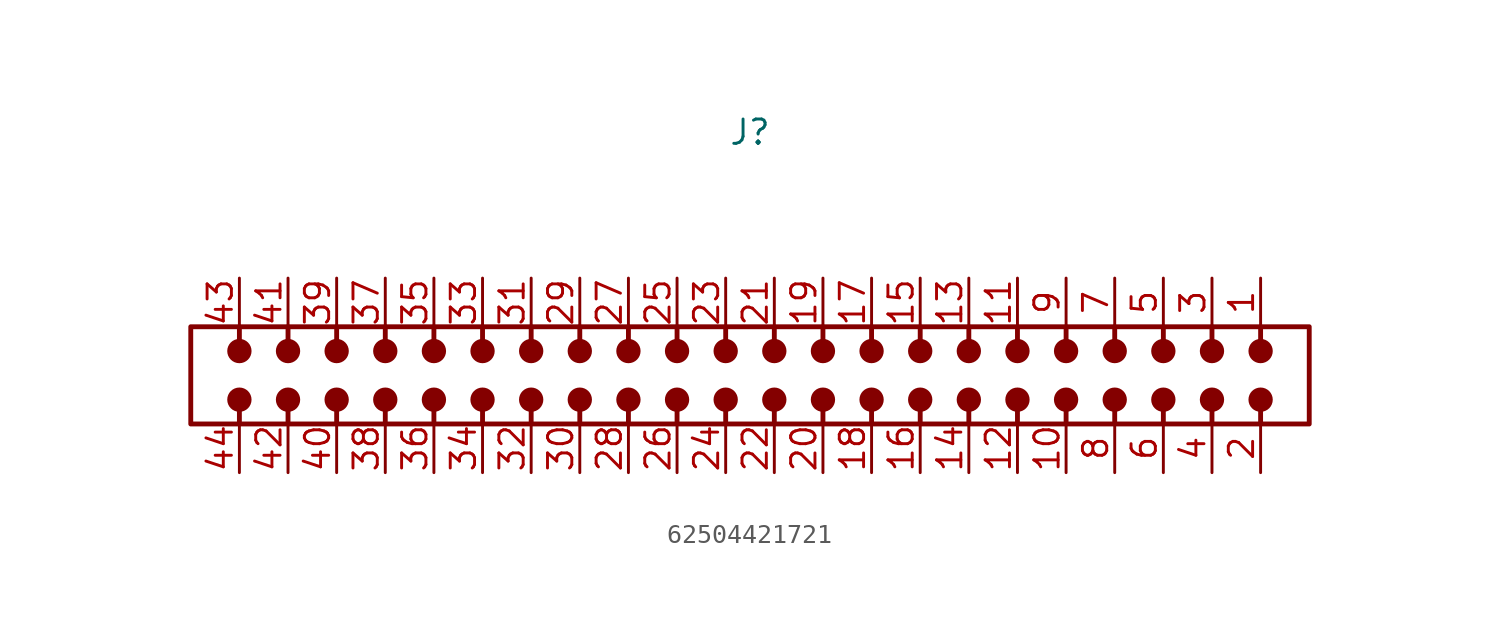
<source format=kicad_sym>
(kicad_symbol_lib
  (version 20241209)
  (generator "kicad_symbol_editor")
  (generator_version "9.0")
  (symbol "62504421721"
    (pin_names
      (hide yes))
    (property "Reference" "J"
      (at 0 12.7 0)
      (effects (font (size 1.27 1.27))))
    (symbol "62504421721_1_1"
      (rectangle (start -29.21 2.54) (end 29.21 -2.54) (stroke (width 0.254) (type solid)) (fill (type none)))
      (polyline (pts (xy -26.67 1.778) (xy -26.67 2.54)) (stroke (width 0.254) (type solid)) (fill (type none)))
      (circle (center -26.67 1.27) (radius 0.508) (stroke (width 0.254) (type solid)) (fill (type outline)))
      (circle (center -26.67 -1.27) (radius 0.508) (stroke (width 0.254) (type solid)) (fill (type outline)))
      (polyline (pts (xy -26.67 -1.778) (xy -26.67 -2.54)) (stroke (width 0.254) (type solid)) (fill (type none)))
      (polyline (pts (xy -24.13 1.778) (xy -24.13 2.54)) (stroke (width 0.254) (type solid)) (fill (type none)))
      (circle (center -24.13 1.27) (radius 0.508) (stroke (width 0.254) (type solid)) (fill (type outline)))
      (circle (center -24.13 -1.27) (radius 0.508) (stroke (width 0.254) (type solid)) (fill (type outline)))
      (polyline (pts (xy -24.13 -1.778) (xy -24.13 -2.54)) (stroke (width 0.254) (type solid)) (fill (type none)))
      (polyline (pts (xy -21.59 1.778) (xy -21.59 2.54)) (stroke (width 0.254) (type solid)) (fill (type none)))
      (circle (center -21.59 1.27) (radius 0.508) (stroke (width 0.254) (type solid)) (fill (type outline)))
      (circle (center -21.59 -1.27) (radius 0.508) (stroke (width 0.254) (type solid)) (fill (type outline)))
      (polyline (pts (xy -21.59 -1.778) (xy -21.59 -2.54)) (stroke (width 0.254) (type solid)) (fill (type none)))
      (polyline (pts (xy -19.05 1.778) (xy -19.05 2.54)) (stroke (width 0.254) (type solid)) (fill (type none)))
      (circle (center -19.05 1.27) (radius 0.508) (stroke (width 0.254) (type solid)) (fill (type outline)))
      (circle (center -19.05 -1.27) (radius 0.508) (stroke (width 0.254) (type solid)) (fill (type outline)))
      (polyline (pts (xy -19.05 -1.778) (xy -19.05 -2.54)) (stroke (width 0.254) (type solid)) (fill (type none)))
      (polyline (pts (xy -16.51 1.778) (xy -16.51 2.54)) (stroke (width 0.254) (type solid)) (fill (type none)))
      (circle (center -16.51 1.27) (radius 0.508) (stroke (width 0.254) (type solid)) (fill (type outline)))
      (circle (center -16.51 -1.27) (radius 0.508) (stroke (width 0.254) (type solid)) (fill (type outline)))
      (polyline (pts (xy -16.51 -1.778) (xy -16.51 -2.54)) (stroke (width 0.254) (type solid)) (fill (type none)))
      (polyline (pts (xy -13.97 1.778) (xy -13.97 2.54)) (stroke (width 0.254) (type solid)) (fill (type none)))
      (circle (center -13.97 1.27) (radius 0.508) (stroke (width 0.254) (type solid)) (fill (type outline)))
      (circle (center -13.97 -1.27) (radius 0.508) (stroke (width 0.254) (type solid)) (fill (type outline)))
      (polyline (pts (xy -13.97 -1.778) (xy -13.97 -2.54)) (stroke (width 0.254) (type solid)) (fill (type none)))
      (polyline (pts (xy -11.43 1.778) (xy -11.43 2.54)) (stroke (width 0.254) (type solid)) (fill (type none)))
      (circle (center -11.43 1.27) (radius 0.508) (stroke (width 0.254) (type solid)) (fill (type outline)))
      (circle (center -11.43 -1.27) (radius 0.508) (stroke (width 0.254) (type solid)) (fill (type outline)))
      (polyline (pts (xy -11.43 -1.778) (xy -11.43 -2.54)) (stroke (width 0.254) (type solid)) (fill (type none)))
      (polyline (pts (xy -8.89 1.778) (xy -8.89 2.54)) (stroke (width 0.254) (type solid)) (fill (type none)))
      (circle (center -8.89 1.27) (radius 0.508) (stroke (width 0.254) (type solid)) (fill (type outline)))
      (circle (center -8.89 -1.27) (radius 0.508) (stroke (width 0.254) (type solid)) (fill (type outline)))
      (polyline (pts (xy -8.89 -1.778) (xy -8.89 -2.54)) (stroke (width 0.254) (type solid)) (fill (type none)))
      (polyline (pts (xy -6.35 1.778) (xy -6.35 2.54)) (stroke (width 0.254) (type solid)) (fill (type none)))
      (circle (center -6.35 1.27) (radius 0.508) (stroke (width 0.254) (type solid)) (fill (type outline)))
      (circle (center -6.35 -1.27) (radius 0.508) (stroke (width 0.254) (type solid)) (fill (type outline)))
      (polyline (pts (xy -6.35 -1.778) (xy -6.35 -2.54)) (stroke (width 0.254) (type solid)) (fill (type none)))
      (polyline (pts (xy -3.81 1.778) (xy -3.81 2.54)) (stroke (width 0.254) (type solid)) (fill (type none)))
      (circle (center -3.81 1.27) (radius 0.508) (stroke (width 0.254) (type solid)) (fill (type outline)))
      (circle (center -3.81 -1.27) (radius 0.508) (stroke (width 0.254) (type solid)) (fill (type outline)))
      (polyline (pts (xy -3.81 -1.778) (xy -3.81 -2.54)) (stroke (width 0.254) (type solid)) (fill (type none)))
      (polyline (pts (xy -1.27 1.778) (xy -1.27 2.54)) (stroke (width 0.254) (type solid)) (fill (type none)))
      (circle (center -1.27 1.27) (radius 0.508) (stroke (width 0.254) (type solid)) (fill (type outline)))
      (circle (center -1.27 -1.27) (radius 0.508) (stroke (width 0.254) (type solid)) (fill (type outline)))
      (polyline (pts (xy -1.27 -1.778) (xy -1.27 -2.54)) (stroke (width 0.254) (type solid)) (fill (type none)))
      (polyline (pts (xy 1.27 1.778) (xy 1.27 2.54)) (stroke (width 0.254) (type solid)) (fill (type none)))
      (circle (center 1.27 1.27) (radius 0.508) (stroke (width 0.254) (type solid)) (fill (type outline)))
      (circle (center 1.27 -1.27) (radius 0.508) (stroke (width 0.254) (type solid)) (fill (type outline)))
      (polyline (pts (xy 1.27 -1.778) (xy 1.27 -2.54)) (stroke (width 0.254) (type solid)) (fill (type none)))
      (polyline (pts (xy 3.81 1.778) (xy 3.81 2.54)) (stroke (width 0.254) (type solid)) (fill (type none)))
      (circle (center 3.81 1.27) (radius 0.508) (stroke (width 0.254) (type solid)) (fill (type outline)))
      (circle (center 3.81 -1.27) (radius 0.508) (stroke (width 0.254) (type solid)) (fill (type outline)))
      (polyline (pts (xy 3.81 -1.778) (xy 3.81 -2.54)) (stroke (width 0.254) (type solid)) (fill (type none)))
      (polyline (pts (xy 6.35 1.778) (xy 6.35 2.54)) (stroke (width 0.254) (type solid)) (fill (type none)))
      (circle (center 6.35 1.27) (radius 0.508) (stroke (width 0.254) (type solid)) (fill (type outline)))
      (circle (center 6.35 -1.27) (radius 0.508) (stroke (width 0.254) (type solid)) (fill (type outline)))
      (polyline (pts (xy 6.35 -1.778) (xy 6.35 -2.54)) (stroke (width 0.254) (type solid)) (fill (type none)))
      (polyline (pts (xy 8.89 1.778) (xy 8.89 2.54)) (stroke (width 0.254) (type solid)) (fill (type none)))
      (circle (center 8.89 1.27) (radius 0.508) (stroke (width 0.254) (type solid)) (fill (type outline)))
      (circle (center 8.89 -1.27) (radius 0.508) (stroke (width 0.254) (type solid)) (fill (type outline)))
      (polyline (pts (xy 8.89 -1.778) (xy 8.89 -2.54)) (stroke (width 0.254) (type solid)) (fill (type none)))
      (polyline (pts (xy 11.43 1.778) (xy 11.43 2.54)) (stroke (width 0.254) (type solid)) (fill (type none)))
      (circle (center 11.43 1.27) (radius 0.508) (stroke (width 0.254) (type solid)) (fill (type outline)))
      (circle (center 11.43 -1.27) (radius 0.508) (stroke (width 0.254) (type solid)) (fill (type outline)))
      (polyline (pts (xy 11.43 -1.778) (xy 11.43 -2.54)) (stroke (width 0.254) (type solid)) (fill (type none)))
      (polyline (pts (xy 13.97 1.778) (xy 13.97 2.54)) (stroke (width 0.254) (type solid)) (fill (type none)))
      (circle (center 13.97 1.27) (radius 0.508) (stroke (width 0.254) (type solid)) (fill (type outline)))
      (circle (center 13.97 -1.27) (radius 0.508) (stroke (width 0.254) (type solid)) (fill (type outline)))
      (polyline (pts (xy 13.97 -1.778) (xy 13.97 -2.54)) (stroke (width 0.254) (type solid)) (fill (type none)))
      (polyline (pts (xy 16.51 1.778) (xy 16.51 2.54)) (stroke (width 0.254) (type solid)) (fill (type none)))
      (circle (center 16.51 1.27) (radius 0.508) (stroke (width 0.254) (type solid)) (fill (type outline)))
      (circle (center 16.51 -1.27) (radius 0.508) (stroke (width 0.254) (type solid)) (fill (type outline)))
      (polyline (pts (xy 16.51 -1.778) (xy 16.51 -2.54)) (stroke (width 0.254) (type solid)) (fill (type none)))
      (polyline (pts (xy 19.05 1.778) (xy 19.05 2.54)) (stroke (width 0.254) (type solid)) (fill (type none)))
      (circle (center 19.05 1.27) (radius 0.508) (stroke (width 0.254) (type solid)) (fill (type outline)))
      (circle (center 19.05 -1.27) (radius 0.508) (stroke (width 0.254) (type solid)) (fill (type outline)))
      (polyline (pts (xy 19.05 -1.778) (xy 19.05 -2.54)) (stroke (width 0.254) (type solid)) (fill (type none)))
      (polyline (pts (xy 21.59 1.778) (xy 21.59 2.54)) (stroke (width 0.254) (type solid)) (fill (type none)))
      (circle (center 21.59 1.27) (radius 0.508) (stroke (width 0.254) (type solid)) (fill (type outline)))
      (circle (center 21.59 -1.27) (radius 0.508) (stroke (width 0.254) (type solid)) (fill (type outline)))
      (polyline (pts (xy 21.59 -1.778) (xy 21.59 -2.54)) (stroke (width 0.254) (type solid)) (fill (type none)))
      (polyline (pts (xy 24.13 1.778) (xy 24.13 2.54)) (stroke (width 0.254) (type solid)) (fill (type none)))
      (circle (center 24.13 1.27) (radius 0.508) (stroke (width 0.254) (type solid)) (fill (type outline)))
      (circle (center 24.13 -1.27) (radius 0.508) (stroke (width 0.254) (type solid)) (fill (type outline)))
      (polyline (pts (xy 24.13 -1.778) (xy 24.13 -2.54)) (stroke (width 0.254) (type solid)) (fill (type none)))
      (polyline (pts (xy 26.67 1.778) (xy 26.67 2.54)) (stroke (width 0.254) (type solid)) (fill (type none)))
      (circle (center 26.67 1.27) (radius 0.508) (stroke (width 0.254) (type solid)) (fill (type outline)))
      (circle (center 26.67 -1.27) (radius 0.508) (stroke (width 0.254) (type solid)) (fill (type outline)))
      (polyline (pts (xy 26.67 -1.778) (xy 26.67 -2.54)) (stroke (width 0.254) (type solid)) (fill (type none)))
      (pin passive line (at -26.67 5.08 270) (length 2.54) (name "43" (effects (font (size 1.27 1.27)))) (number "43" (effects (font (size 1.27 1.27)))))
      (pin passive line (at -26.67 -5.08 90) (length 2.54) (name "44" (effects (font (size 1.27 1.27)))) (number "44" (effects (font (size 1.27 1.27)))))
      (pin passive line (at -24.13 5.08 270) (length 2.54) (name "41" (effects (font (size 1.27 1.27)))) (number "41" (effects (font (size 1.27 1.27)))))
      (pin passive line (at -24.13 -5.08 90) (length 2.54) (name "42" (effects (font (size 1.27 1.27)))) (number "42" (effects (font (size 1.27 1.27)))))
      (pin passive line (at -21.59 5.08 270) (length 2.54) (name "39" (effects (font (size 1.27 1.27)))) (number "39" (effects (font (size 1.27 1.27)))))
      (pin passive line (at -21.59 -5.08 90) (length 2.54) (name "40" (effects (font (size 1.27 1.27)))) (number "40" (effects (font (size 1.27 1.27)))))
      (pin passive line (at -19.05 5.08 270) (length 2.54) (name "37" (effects (font (size 1.27 1.27)))) (number "37" (effects (font (size 1.27 1.27)))))
      (pin passive line (at -19.05 -5.08 90) (length 2.54) (name "38" (effects (font (size 1.27 1.27)))) (number "38" (effects (font (size 1.27 1.27)))))
      (pin passive line (at -16.51 5.08 270) (length 2.54) (name "35" (effects (font (size 1.27 1.27)))) (number "35" (effects (font (size 1.27 1.27)))))
      (pin passive line (at -16.51 -5.08 90) (length 2.54) (name "36" (effects (font (size 1.27 1.27)))) (number "36" (effects (font (size 1.27 1.27)))))
      (pin passive line (at -13.97 5.08 270) (length 2.54) (name "33" (effects (font (size 1.27 1.27)))) (number "33" (effects (font (size 1.27 1.27)))))
      (pin passive line (at -13.97 -5.08 90) (length 2.54) (name "34" (effects (font (size 1.27 1.27)))) (number "34" (effects (font (size 1.27 1.27)))))
      (pin passive line (at -11.43 5.08 270) (length 2.54) (name "31" (effects (font (size 1.27 1.27)))) (number "31" (effects (font (size 1.27 1.27)))))
      (pin passive line (at -11.43 -5.08 90) (length 2.54) (name "32" (effects (font (size 1.27 1.27)))) (number "32" (effects (font (size 1.27 1.27)))))
      (pin passive line (at -8.89 5.08 270) (length 2.54) (name "29" (effects (font (size 1.27 1.27)))) (number "29" (effects (font (size 1.27 1.27)))))
      (pin passive line (at -8.89 -5.08 90) (length 2.54) (name "30" (effects (font (size 1.27 1.27)))) (number "30" (effects (font (size 1.27 1.27)))))
      (pin passive line (at -6.35 5.08 270) (length 2.54) (name "27" (effects (font (size 1.27 1.27)))) (number "27" (effects (font (size 1.27 1.27)))))
      (pin passive line (at -6.35 -5.08 90) (length 2.54) (name "28" (effects (font (size 1.27 1.27)))) (number "28" (effects (font (size 1.27 1.27)))))
      (pin passive line (at -3.81 5.08 270) (length 2.54) (name "25" (effects (font (size 1.27 1.27)))) (number "25" (effects (font (size 1.27 1.27)))))
      (pin passive line (at -3.81 -5.08 90) (length 2.54) (name "26" (effects (font (size 1.27 1.27)))) (number "26" (effects (font (size 1.27 1.27)))))
      (pin passive line (at -1.27 5.08 270) (length 2.54) (name "23" (effects (font (size 1.27 1.27)))) (number "23" (effects (font (size 1.27 1.27)))))
      (pin passive line (at -1.27 -5.08 90) (length 2.54) (name "24" (effects (font (size 1.27 1.27)))) (number "24" (effects (font (size 1.27 1.27)))))
      (pin passive line (at 1.27 5.08 270) (length 2.54) (name "21" (effects (font (size 1.27 1.27)))) (number "21" (effects (font (size 1.27 1.27)))))
      (pin passive line (at 1.27 -5.08 90) (length 2.54) (name "22" (effects (font (size 1.27 1.27)))) (number "22" (effects (font (size 1.27 1.27)))))
      (pin passive line (at 3.81 5.08 270) (length 2.54) (name "19" (effects (font (size 1.27 1.27)))) (number "19" (effects (font (size 1.27 1.27)))))
      (pin passive line (at 3.81 -5.08 90) (length 2.54) (name "20" (effects (font (size 1.27 1.27)))) (number "20" (effects (font (size 1.27 1.27)))))
      (pin passive line (at 6.35 5.08 270) (length 2.54) (name "17" (effects (font (size 1.27 1.27)))) (number "17" (effects (font (size 1.27 1.27)))))
      (pin passive line (at 6.35 -5.08 90) (length 2.54) (name "18" (effects (font (size 1.27 1.27)))) (number "18" (effects (font (size 1.27 1.27)))))
      (pin passive line (at 8.89 5.08 270) (length 2.54) (name "15" (effects (font (size 1.27 1.27)))) (number "15" (effects (font (size 1.27 1.27)))))
      (pin passive line (at 8.89 -5.08 90) (length 2.54) (name "16" (effects (font (size 1.27 1.27)))) (number "16" (effects (font (size 1.27 1.27)))))
      (pin passive line (at 11.43 5.08 270) (length 2.54) (name "13" (effects (font (size 1.27 1.27)))) (number "13" (effects (font (size 1.27 1.27)))))
      (pin passive line (at 11.43 -5.08 90) (length 2.54) (name "14" (effects (font (size 1.27 1.27)))) (number "14" (effects (font (size 1.27 1.27)))))
      (pin passive line (at 13.97 5.08 270) (length 2.54) (name "11" (effects (font (size 1.27 1.27)))) (number "11" (effects (font (size 1.27 1.27)))))
      (pin passive line (at 13.97 -5.08 90) (length 2.54) (name "12" (effects (font (size 1.27 1.27)))) (number "12" (effects (font (size 1.27 1.27)))))
      (pin passive line (at 16.51 5.08 270) (length 2.54) (name "9" (effects (font (size 1.27 1.27)))) (number "9" (effects (font (size 1.27 1.27)))))
      (pin passive line (at 16.51 -5.08 90) (length 2.54) (name "10" (effects (font (size 1.27 1.27)))) (number "10" (effects (font (size 1.27 1.27)))))
      (pin passive line (at 19.05 5.08 270) (length 2.54) (name "7" (effects (font (size 1.27 1.27)))) (number "7" (effects (font (size 1.27 1.27)))))
      (pin passive line (at 19.05 -5.08 90) (length 2.54) (name "8" (effects (font (size 1.27 1.27)))) (number "8" (effects (font (size 1.27 1.27)))))
      (pin passive line (at 21.59 5.08 270) (length 2.54) (name "5" (effects (font (size 1.27 1.27)))) (number "5" (effects (font (size 1.27 1.27)))))
      (pin passive line (at 21.59 -5.08 90) (length 2.54) (name "6" (effects (font (size 1.27 1.27)))) (number "6" (effects (font (size 1.27 1.27)))))
      (pin passive line (at 24.13 5.08 270) (length 2.54) (name "3" (effects (font (size 1.27 1.27)))) (number "3" (effects (font (size 1.27 1.27)))))
      (pin passive line (at 24.13 -5.08 90) (length 2.54) (name "4" (effects (font (size 1.27 1.27)))) (number "4" (effects (font (size 1.27 1.27)))))
      (pin passive line (at 26.67 5.08 270) (length 2.54) (name "1" (effects (font (size 1.27 1.27)))) (number "1" (effects (font (size 1.27 1.27)))))
      (pin passive line (at 26.67 -5.08 90) (length 2.54) (name "2" (effects (font (size 1.27 1.27)))) (number "2" (effects (font (size 1.27 1.27))))))))
</source>
